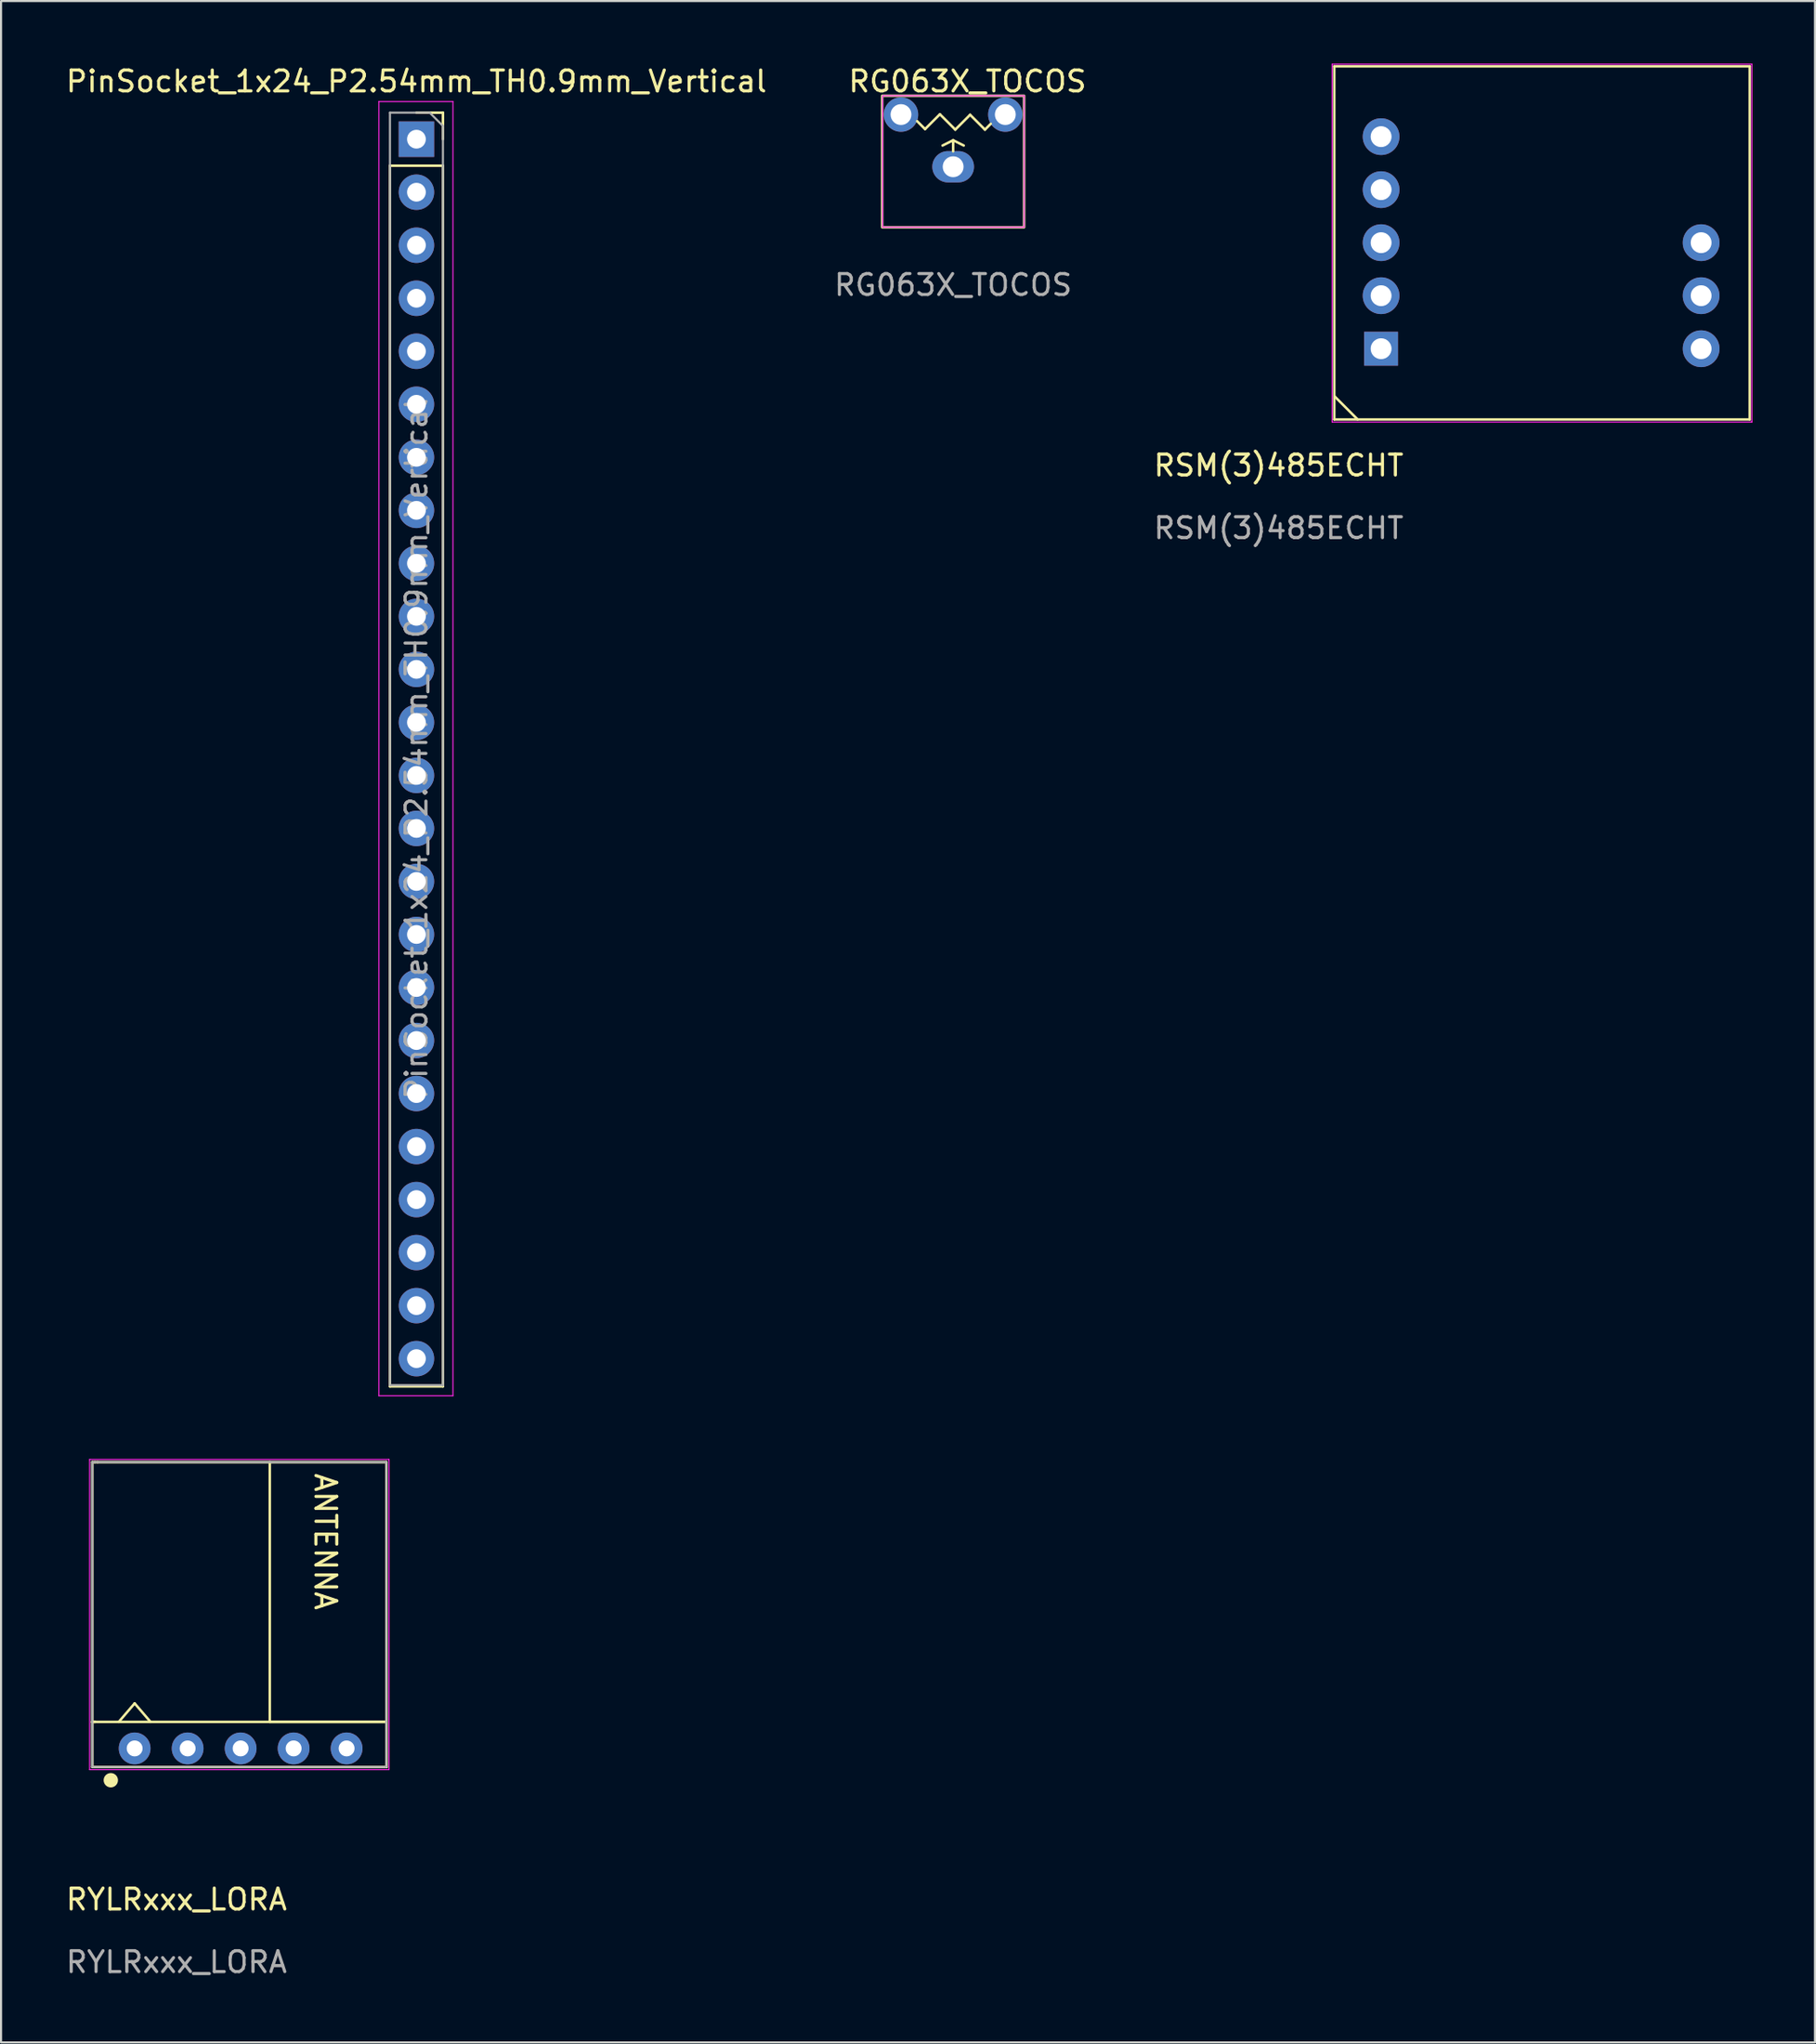
<source format=kicad_pcb>
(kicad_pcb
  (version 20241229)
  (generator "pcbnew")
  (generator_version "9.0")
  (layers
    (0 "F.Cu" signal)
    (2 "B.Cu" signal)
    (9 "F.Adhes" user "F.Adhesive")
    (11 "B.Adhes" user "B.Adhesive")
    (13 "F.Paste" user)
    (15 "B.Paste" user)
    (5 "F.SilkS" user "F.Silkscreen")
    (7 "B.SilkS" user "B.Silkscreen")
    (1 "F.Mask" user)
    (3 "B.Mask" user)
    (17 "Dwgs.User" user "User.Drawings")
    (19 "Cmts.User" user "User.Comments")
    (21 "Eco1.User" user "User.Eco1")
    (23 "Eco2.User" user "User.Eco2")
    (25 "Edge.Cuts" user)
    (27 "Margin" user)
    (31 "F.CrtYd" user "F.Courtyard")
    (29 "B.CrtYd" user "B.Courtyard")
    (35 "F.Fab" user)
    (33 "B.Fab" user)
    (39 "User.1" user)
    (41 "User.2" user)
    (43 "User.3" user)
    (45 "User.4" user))
  (footprint "RYLRxxx_LORA"
    (layer "F.Cu")
    (at 8.484 80.711)
    (property "Reference" "RYLRxxx_LORA" (at -3.073 7.236 0) (unlocked yes) (layer "F.SilkS") (effects (font (size 1 1) (thickness 0.15))))
    (attr through_hole)
    (fp_line (start -7.112 -13.716) (end -6.985 -13.716) (stroke (width 0.12) (type solid)) (layer "F.SilkS"))
    (fp_line (start -7.112 -1.27) (end -7.112 -13.716) (stroke (width 0.12) (type solid)) (layer "F.SilkS"))
    (fp_line (start -7.112 -1.27) (end -6.985 -1.27) (stroke (width 0.12) (type solid)) (layer "F.SilkS"))
    (fp_line (start -7.112 0.889) (end -7.112 -1.27) (stroke (width 0.12) (type solid)) (layer "F.SilkS"))
    (fp_line (start -7 0.889) (end -7.112 0.889) (stroke (width 0.12) (type solid)) (layer "F.SilkS"))
    (fp_line (start -7 0.889) (end 7 0.889) (stroke (width 0.12) (type solid)) (layer "F.SilkS"))
    (fp_line (start -6.985 -13.716) (end -6.858 -13.716) (stroke (width 0.12) (type solid)) (layer "F.SilkS"))
    (fp_line (start -6.985 -1.27) (end -7.112 -1.27) (stroke (width 0.12) (type solid)) (layer "F.SilkS"))
    (fp_line (start -6.985 -1.27) (end 6.985 -1.27) (stroke (width 0.12) (type solid)) (layer "F.SilkS"))
    (fp_line (start -5.842 -1.27) (end -5.08 -2.159) (stroke (width 0.12) (type solid)) (layer "F.SilkS"))
    (fp_line (start -5.08 -2.159) (end -4.318 -1.27) (stroke (width 0.12) (type solid)) (layer "F.SilkS"))
    (fp_line (start 1.397 -1.27) (end 1.397 -13.716) (stroke (width 0.12) (type solid)) (layer "F.SilkS"))
    (fp_line (start 6.985 -13.716) (end -6.858 -13.716) (stroke (width 0.12) (type solid)) (layer "F.SilkS"))
    (fp_line (start 6.985 -1.27) (end 1.397 -1.27) (stroke (width 0.12) (type solid)) (layer "F.SilkS"))
    (fp_line (start 7 0.889) (end 6.985 -13.716) (stroke (width 0.12) (type solid)) (layer "F.SilkS"))
    (fp_circle (center -6.223 1.524) (end -5.939 1.524) (stroke (width 0.12) (type solid)) (fill yes) (layer "F.SilkS"))
    (fp_line (start -7.239 -13.843) (end 7.112 -13.843) (stroke (width 0.05) (type solid)) (layer "F.CrtYd"))
    (fp_line (start -7.239 1.016) (end -7.239 -13.843) (stroke (width 0.05) (type solid)) (layer "F.CrtYd"))
    (fp_line (start 7.112 -13.843) (end 7.112 1.016) (stroke (width 0.05) (type solid)) (layer "F.CrtYd"))
    (fp_line (start 7.112 1.016) (end -7.239 1.016) (stroke (width 0.05) (type solid)) (layer "F.CrtYd"))
    (fp_line (start -7.112 -13.716) (end -7.112 0.889) (stroke (width 0.1) (type solid)) (layer "F.Fab"))
    (fp_line (start -7.112 0.889) (end 6.985 0.889) (stroke (width 0.1) (type solid)) (layer "F.Fab"))
    (fp_line (start 6.985 -13.716) (end -7.112 -13.716) (stroke (width 0.1) (type solid)) (layer "F.Fab"))
    (fp_line (start 6.985 0.889) (end 6.985 -13.716) (stroke (width 0.1) (type solid)) (layer "F.Fab"))
    (fp_text user "ANTENNA" (at 4.064 -9.906 270) (unlocked yes) (layer "F.SilkS") (effects (font (size 1 1) (thickness 0.15))))
    (fp_text user "${REFERENCE}" (at -3.073 10.236 0) (unlocked yes) (layer "F.Fab") (effects (font (size 1 1) (thickness 0.15))))
    (pad "1" thru_hole circle (at -5.08 0) (size 1.524 1.524) (drill 0.762) (layers "*.Cu" "*.Mask"))
    (pad "2" thru_hole circle (at -2.54 0) (size 1.524 1.524) (drill 0.762) (layers "*.Cu" "*.Mask"))
    (pad "3" thru_hole circle (at 0 0) (size 1.524 1.524) (drill 0.762) (layers "*.Cu" "*.Mask"))
    (pad "4" thru_hole circle (at 2.54 0) (size 1.524 1.524) (drill 0.762) (layers "*.Cu" "*.Mask"))
    (pad "5" thru_hole circle (at 5.08 0) (size 1.524 1.524) (drill 0.762) (layers "*.Cu" "*.Mask")))
  (footprint "RSM(3)485ECHT"
    (layer "F.Cu")
    (at 60.881 17.068)
    (property "Reference" "RSM(3)485ECHT" (at -2.642 2.182 0) (unlocked yes) (layer "F.SilkS") (effects (font (size 1 1) (thickness 0.15))))
    (attr through_hole)
    (fp_line (start 0.025 -16.942) (end 0.025 -0.025) (stroke (width 0.12) (type default)) (layer "F.SilkS"))
    (fp_line (start 0.025 -0.025) (end 19.939 -0.025) (stroke (width 0.12) (type default)) (layer "F.SilkS"))
    (fp_line (start 1.143 -0.025) (end 0.051 -1.118) (stroke (width 0.12) (type default)) (layer "F.SilkS"))
    (fp_line (start 19.939 -16.942) (end 0.025 -16.942) (stroke (width 0.12) (type default)) (layer "F.SilkS"))
    (fp_line (start 19.939 -0.025) (end 19.939 -16.942) (stroke (width 0.12) (type default)) (layer "F.SilkS"))
    (fp_line (start -0.076 -17.043) (end -0.076 0.102) (stroke (width 0.05) (type default)) (layer "F.CrtYd"))
    (fp_line (start -0.076 0.102) (end 20.041 0.102) (stroke (width 0.05) (type default)) (layer "F.CrtYd"))
    (fp_line (start 20.041 -17.043) (end -0.076 -17.043) (stroke (width 0.05) (type default)) (layer "F.CrtYd"))
    (fp_line (start 20.041 0.076) (end 20.041 -17.043) (stroke (width 0.05) (type default)) (layer "F.CrtYd"))
    (fp_line (start 20.041 0.102) (end 20.041 0.076) (stroke (width 0.05) (type default)) (layer "F.CrtYd"))
    (fp_text user "${REFERENCE}" (at -2.642 5.182 0) (unlocked yes) (layer "F.Fab") (effects (font (size 1 1) (thickness 0.15))))
    (pad "1" thru_hole rect (at 2.269 -3.412 180) (size 1.624 1.624) (drill 1) (layers "*.Cu" "*.Mask"))
    (pad "2" thru_hole circle (at 2.269 -5.952 180) (size 1.762 1.762) (drill 1) (layers "*.Cu" "*.Mask"))
    (pad "3" thru_hole circle (at 2.269 -8.492 180) (size 1.762 1.762) (drill 1) (layers "*.Cu" "*.Mask"))
    (pad "4" thru_hole circle (at 2.269 -11.032 180) (size 1.762 1.762) (drill 1) (layers "*.Cu" "*.Mask"))
    (pad "5" thru_hole circle (at 2.269 -13.572 180) (size 1.762 1.762) (drill 1) (layers "*.Cu" "*.Mask"))
    (pad "8" thru_hole circle (at 17.609 -8.492 180) (size 1.762 1.762) (drill 1) (layers "*.Cu" "*.Mask"))
    (pad "9" thru_hole circle (at 17.609 -5.952 180) (size 1.762 1.762) (drill 1) (layers "*.Cu" "*.Mask"))
    (pad "10" thru_hole circle (at 17.609 -3.412 180) (size 1.762 1.762) (drill 1) (layers "*.Cu" "*.Mask")))
  (footprint "RG063X_TOCOS"
    (layer "F.Cu")
    (at 42.637 4.938)
    (property "Reference" "RG063X_TOCOS" (at 0.686 -4.089 0) (unlocked yes) (layer "F.SilkS") (effects (font (size 1 1) (thickness 0.15))))
    (attr through_hole)
    (fp_line (start -1.727 -2.184) (end -1.346 -1.803) (stroke (width 0.12) (type default)) (layer "F.SilkS"))
    (fp_line (start -1.346 -1.803) (end -0.635 -2.515) (stroke (width 0.12) (type default)) (layer "F.SilkS"))
    (fp_line (start -0.635 -2.515) (end 0.102 -1.778) (stroke (width 0.12) (type default)) (layer "F.SilkS"))
    (fp_line (start 0 -1.27) (end -0.508 -1.016) (stroke (width 0.12) (type default)) (layer "F.SilkS"))
    (fp_line (start 0 -1.27) (end 0.508 -1.016) (stroke (width 0.12) (type default)) (layer "F.SilkS"))
    (fp_line (start 0 -0.737) (end 0 -1.27) (stroke (width 0.12) (type default)) (layer "F.SilkS"))
    (fp_line (start 0.102 -1.778) (end 0.813 -2.489) (stroke (width 0.12) (type default)) (layer "F.SilkS"))
    (fp_line (start 0.813 -2.489) (end 1.524 -1.778) (stroke (width 0.12) (type default)) (layer "F.SilkS"))
    (fp_line (start 1.524 -1.778) (end 1.803 -2.057) (stroke (width 0.12) (type default)) (layer "F.SilkS"))
    (fp_rect (start -3.4 -3.4) (end 3.4 2.9) (stroke (width 0.12) (type default)) (fill no) (layer "F.SilkS"))
    (fp_rect (start -3.378 -3.404) (end 3.404 2.896) (stroke (width 0.05) (type default)) (fill no) (layer "F.CrtYd"))
    (fp_text user "${REFERENCE}" (at 0 5.664 0) (unlocked yes) (layer "F.Fab") (effects (font (size 1 1) (thickness 0.15))))
    (pad "1" thru_hole circle (at -2.5 -2.5) (size 1.65 1.65) (drill 1) (layers "*.Cu" "*.Mask"))
    (pad "2" thru_hole circle (at 2.5 -2.5) (size 1.65 1.65) (drill 1) (layers "*.Cu" "*.Mask"))
    (pad "3" thru_hole oval (at 0 0) (size 2 1.5) (drill 1) (layers "*.Cu" "*.Mask")))
  (footprint "PinSocket_1x24_P2.54mm_TH0.9mm_Vertical"
    (layer "F.Cu")
    (at 16.911 3.618)
    (property "Reference" "PinSocket_1x24_P2.54mm_TH0.9mm_Vertical" (at 0 -2.77 0) (layer "F.SilkS") (effects (font (size 1 1) (thickness 0.15))))
    (attr through_hole)
    (fp_line (start -1.27 1.27) (end -1.27 59.75) (stroke (width 0.12) (type solid)) (layer "F.SilkS"))
    (fp_line (start -1.27 1.27) (end 1.27 1.27) (stroke (width 0.12) (type solid)) (layer "F.SilkS"))
    (fp_line (start -1.27 59.75) (end 1.27 59.75) (stroke (width 0.12) (type solid)) (layer "F.SilkS"))
    (fp_line (start 0 -1.27) (end 1.27 -1.27) (stroke (width 0.12) (type solid)) (layer "F.SilkS"))
    (fp_line (start 1.27 -1.27) (end 1.27 0) (stroke (width 0.12) (type solid)) (layer "F.SilkS"))
    (fp_line (start 1.27 1.27) (end 1.27 59.75) (stroke (width 0.12) (type solid)) (layer "F.SilkS"))
    (fp_line (start -1.8 -1.8) (end 1.75 -1.8) (stroke (width 0.05) (type solid)) (layer "F.CrtYd"))
    (fp_line (start -1.8 60.2) (end -1.8 -1.8) (stroke (width 0.05) (type solid)) (layer "F.CrtYd"))
    (fp_line (start 1.75 -1.8) (end 1.75 60.2) (stroke (width 0.05) (type solid)) (layer "F.CrtYd"))
    (fp_line (start 1.75 60.2) (end -1.8 60.2) (stroke (width 0.05) (type solid)) (layer "F.CrtYd"))
    (fp_line (start -1.27 -1.27) (end 0.635 -1.27) (stroke (width 0.1) (type solid)) (layer "F.Fab"))
    (fp_line (start -1.27 59.69) (end -1.27 -1.27) (stroke (width 0.1) (type solid)) (layer "F.Fab"))
    (fp_line (start 0.635 -1.27) (end 1.27 -0.635) (stroke (width 0.1) (type solid)) (layer "F.Fab"))
    (fp_line (start 1.27 -0.635) (end 1.27 59.69) (stroke (width 0.1) (type solid)) (layer "F.Fab"))
    (fp_line (start 1.27 59.69) (end -1.27 59.69) (stroke (width 0.1) (type solid)) (layer "F.Fab"))
    (fp_text user "${REFERENCE}" (at 0 29.21 90) (layer "F.Fab") (effects (font (size 1 1) (thickness 0.15))))
    (pad "1" thru_hole rect (at 0 0) (size 1.7 1.7) (drill 0.9) (layers "*.Cu" "*.Mask"))
    (pad "2" thru_hole oval (at 0 2.54) (size 1.7 1.7) (drill 0.9) (layers "*.Cu" "*.Mask"))
    (pad "3" thru_hole oval (at 0 5.08) (size 1.7 1.7) (drill 0.9) (layers "*.Cu" "*.Mask"))
    (pad "4" thru_hole oval (at 0 7.62) (size 1.7 1.7) (drill 0.9) (layers "*.Cu" "*.Mask"))
    (pad "5" thru_hole oval (at 0 10.16) (size 1.7 1.7) (drill 0.9) (layers "*.Cu" "*.Mask"))
    (pad "6" thru_hole oval (at 0 12.7) (size 1.7 1.7) (drill 0.9) (layers "*.Cu" "*.Mask"))
    (pad "7" thru_hole oval (at 0 15.24) (size 1.7 1.7) (drill 0.9) (layers "*.Cu" "*.Mask"))
    (pad "8" thru_hole oval (at 0 17.78) (size 1.7 1.7) (drill 0.9) (layers "*.Cu" "*.Mask"))
    (pad "9" thru_hole oval (at 0 20.32) (size 1.7 1.7) (drill 0.9) (layers "*.Cu" "*.Mask"))
    (pad "10" thru_hole oval (at 0 22.86) (size 1.7 1.7) (drill 0.9) (layers "*.Cu" "*.Mask"))
    (pad "11" thru_hole oval (at 0 25.4) (size 1.7 1.7) (drill 0.9) (layers "*.Cu" "*.Mask"))
    (pad "12" thru_hole oval (at 0 27.94) (size 1.7 1.7) (drill 0.9) (layers "*.Cu" "*.Mask"))
    (pad "13" thru_hole oval (at 0 30.48) (size 1.7 1.7) (drill 0.9) (layers "*.Cu" "*.Mask"))
    (pad "14" thru_hole oval (at 0 33.02) (size 1.7 1.7) (drill 0.9) (layers "*.Cu" "*.Mask"))
    (pad "15" thru_hole oval (at 0 35.56) (size 1.7 1.7) (drill 0.9) (layers "*.Cu" "*.Mask"))
    (pad "16" thru_hole oval (at 0 38.1) (size 1.7 1.7) (drill 0.9) (layers "*.Cu" "*.Mask"))
    (pad "17" thru_hole oval (at 0 40.64) (size 1.7 1.7) (drill 0.9) (layers "*.Cu" "*.Mask"))
    (pad "18" thru_hole oval (at 0 43.18) (size 1.7 1.7) (drill 0.9) (layers "*.Cu" "*.Mask"))
    (pad "19" thru_hole oval (at 0 45.72) (size 1.7 1.7) (drill 0.9) (layers "*.Cu" "*.Mask"))
    (pad "20" thru_hole oval (at 0 48.26) (size 1.7 1.7) (drill 0.9) (layers "*.Cu" "*.Mask"))
    (pad "21" thru_hole oval (at 0 50.8) (size 1.7 1.7) (drill 0.9) (layers "*.Cu" "*.Mask"))
    (pad "22" thru_hole oval (at 0 53.34) (size 1.7 1.7) (drill 0.9) (layers "*.Cu" "*.Mask"))
    (pad "23" thru_hole oval (at 0 55.88) (size 1.7 1.7) (drill 0.9) (layers "*.Cu" "*.Mask"))
    (pad "24" thru_hole oval (at 0 58.42) (size 1.7 1.7) (drill 0.9) (layers "*.Cu" "*.Mask")))
  (gr_rect
    (start -3 -3)
    (end 83.947 94.796)
    (stroke (width 0.1) (type default))
    (fill no)
    (layer "Edge.Cuts")))
</source>
